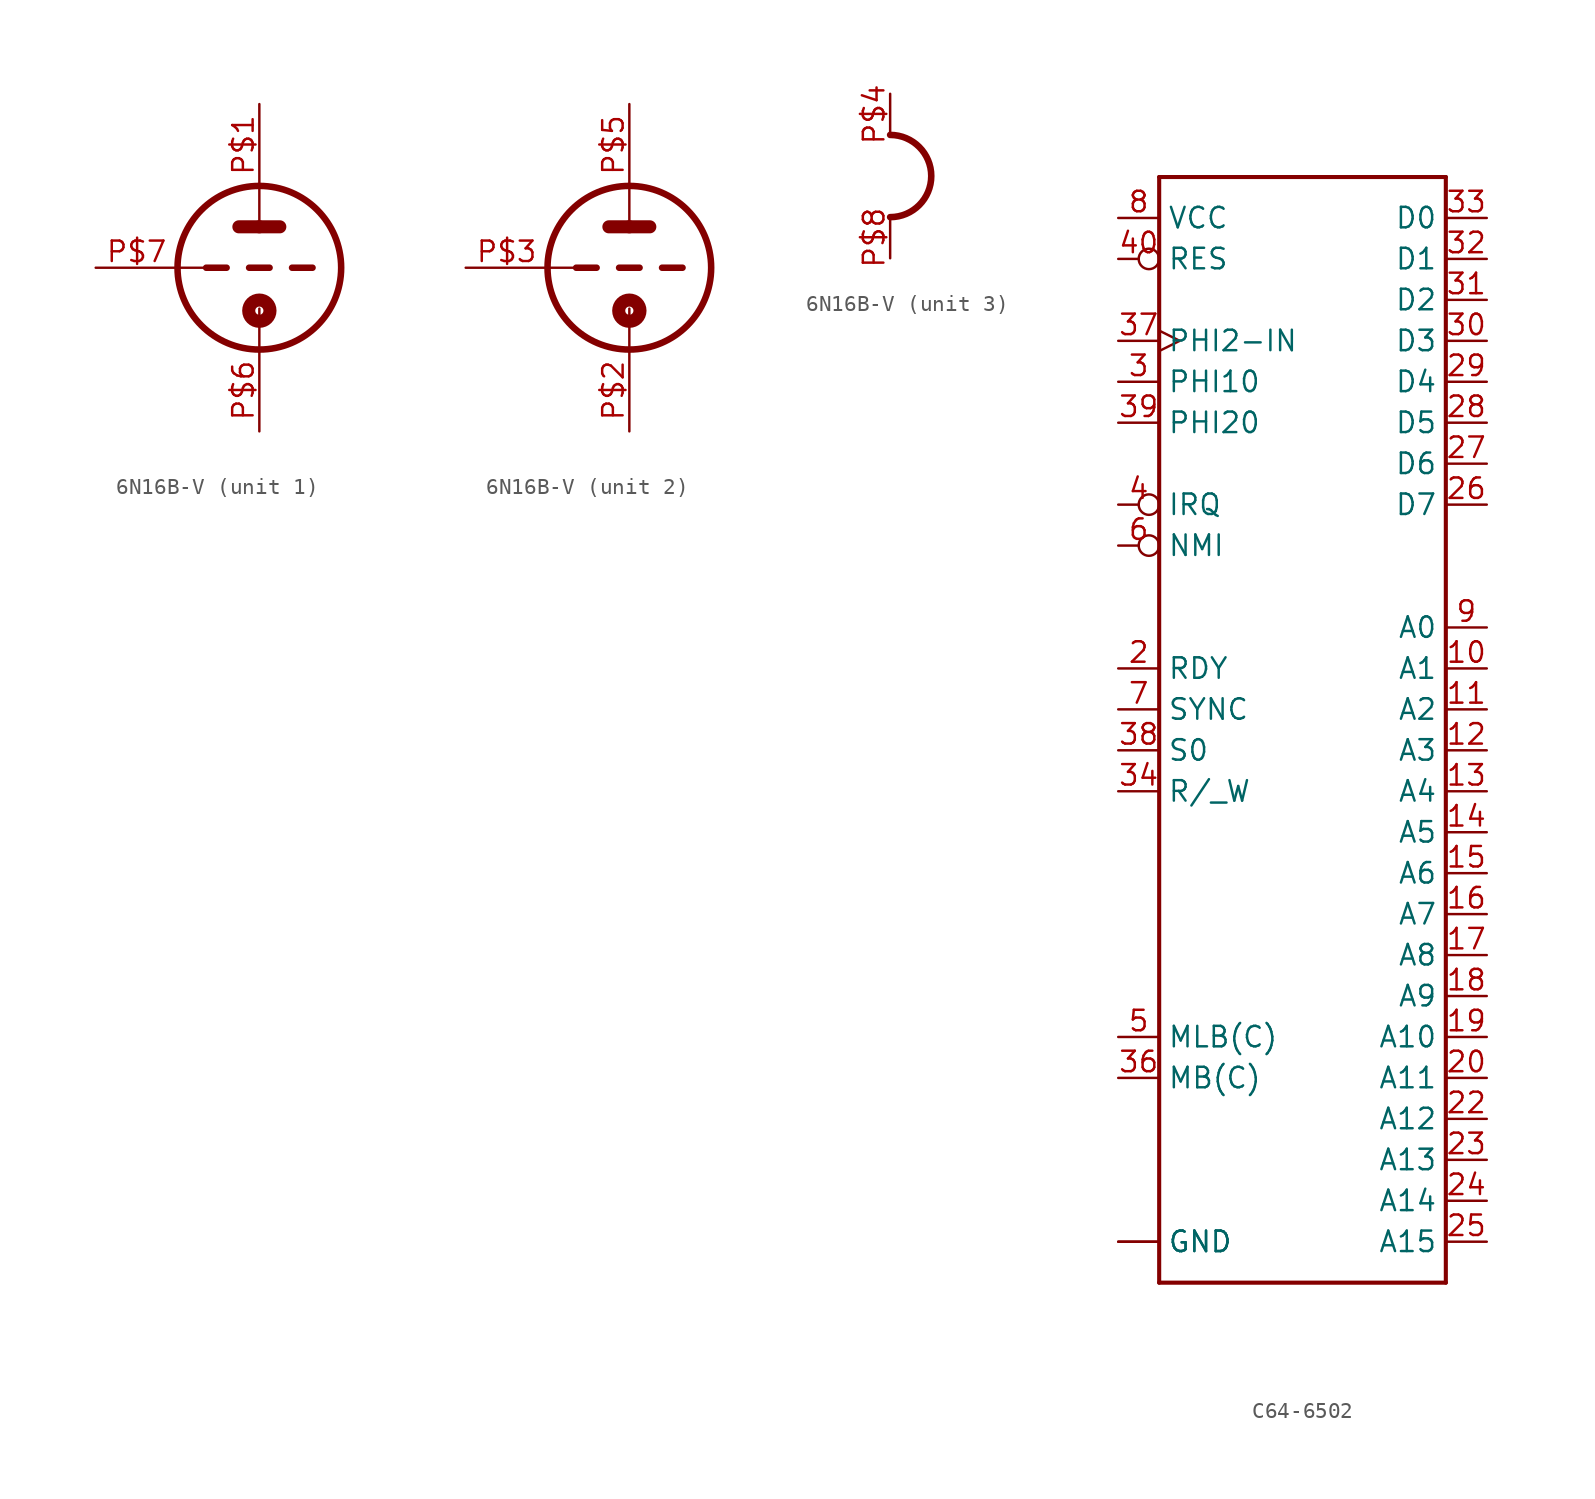
<source format=kicad_sym>
(kicad_symbol_lib
  (version 20231120)
  (generator "kicad_symbol_editor")
  (generator_version "8.0")
  (symbol "6N16B-V"
    (property "Reference" ""
      (at 3.302 5.08 0)
      (effects (font (size 1.778 1.511)) (justify left bottom) (hide yes)))
    (property "Value" ""
      (at 3.302 2.54 0)
      (effects (font (size 1.778 1.511)) (justify left bottom)))
    (property "ki_locked" ""
      (at 0 0 0)
      (effects (font (size 1.27 1.27))))
    (symbol "6N16B-V_1_0"
      (circle (center 0 -2.667) (radius 0.254) (stroke (width 0.813) (type solid)) (fill (type none)))
      (polyline (pts (xy -5.08 0) (xy -3.302 0)) (stroke (width 0.152) (type solid)) (fill (type none)))
      (polyline (pts (xy -3.302 0) (xy -2.032 0)) (stroke (width 0.406) (type solid)) (fill (type none)))
      (polyline (pts (xy -1.27 2.54) (xy 0 2.54)) (stroke (width 0.813) (type solid)) (fill (type none)))
      (polyline (pts (xy -0.635 0) (xy 0.635 0)) (stroke (width 0.406) (type solid)) (fill (type none)))
      (polyline (pts (xy 0 -2.54) (xy 0 -5.08)) (stroke (width 0.152) (type solid)) (fill (type none)))
      (polyline (pts (xy 0 2.54) (xy 1.27 2.54)) (stroke (width 0.813) (type solid)) (fill (type none)))
      (polyline (pts (xy 0 5.08) (xy 0 2.54)) (stroke (width 0.152) (type solid)) (fill (type none)))
      (polyline (pts (xy 2.032 0) (xy 3.302 0)) (stroke (width 0.406) (type solid)) (fill (type none)))
      (circle (center 0 0) (radius 5.08) (stroke (width 0.406) (type solid)) (fill (type none)))
      (pin passive line (at 0 10.16 270) (length 5.08) (name "TA" (effects (font (size 0 0)))) (number "P$1" (effects (font (size 1.27 1.27)))))
      (pin passive line (at 0 -10.16 90) (length 5.08) (name "TK" (effects (font (size 0 0)))) (number "P$6" (effects (font (size 1.27 1.27)))))
      (pin passive line (at -10.16 0 0) (length 5.08) (name "TG" (effects (font (size 0 0)))) (number "P$7" (effects (font (size 1.27 1.27))))))
    (symbol "6N16B-V_2_0"
      (circle (center 0 -2.667) (radius 0.254) (stroke (width 0.813) (type solid)) (fill (type none)))
      (polyline (pts (xy -5.08 0) (xy -3.302 0)) (stroke (width 0.152) (type solid)) (fill (type none)))
      (polyline (pts (xy -3.302 0) (xy -2.032 0)) (stroke (width 0.406) (type solid)) (fill (type none)))
      (polyline (pts (xy -1.27 2.54) (xy 0 2.54)) (stroke (width 0.813) (type solid)) (fill (type none)))
      (polyline (pts (xy -0.635 0) (xy 0.635 0)) (stroke (width 0.406) (type solid)) (fill (type none)))
      (polyline (pts (xy 0 -2.54) (xy 0 -5.08)) (stroke (width 0.152) (type solid)) (fill (type none)))
      (polyline (pts (xy 0 2.54) (xy 1.27 2.54)) (stroke (width 0.813) (type solid)) (fill (type none)))
      (polyline (pts (xy 0 5.08) (xy 0 2.54)) (stroke (width 0.152) (type solid)) (fill (type none)))
      (polyline (pts (xy 2.032 0) (xy 3.302 0)) (stroke (width 0.406) (type solid)) (fill (type none)))
      (circle (center 0 0) (radius 5.08) (stroke (width 0.406) (type solid)) (fill (type none)))
      (pin passive line (at 0 -10.16 90) (length 5.08) (name "TK" (effects (font (size 0 0)))) (number "P$2" (effects (font (size 1.27 1.27)))))
      (pin passive line (at -10.16 0 0) (length 5.08) (name "TG" (effects (font (size 0 0)))) (number "P$3" (effects (font (size 1.27 1.27)))))
      (pin passive line (at 0 10.16 270) (length 5.08) (name "TA" (effects (font (size 0 0)))) (number "P$5" (effects (font (size 1.27 1.27))))))
    (symbol "6N16B-V_3_0"
      (arc (start 0 2.54) (mid 2.54 5.08) (end 0 7.62) (stroke (width 0.4064) (type solid)) (fill (type none)))
      (pin passive line (at 0 10.16 270) (length 2.54) (name "H1" (effects (font (size 0 0)))) (number "P$4" (effects (font (size 1.27 1.27)))))
      (pin passive line (at 0 0 90) (length 2.54) (name "H2" (effects (font (size 0 0)))) (number "P$8" (effects (font (size 1.27 1.27)))))))
  (symbol "C64-6502"
    (property "Reference" ""
      (at -2.54 19.05 0)
      (effects (font (size 2.184 1.857)) (justify left bottom) (hide yes)))
    (property "ki_locked" ""
      (at 0 0 0)
      (effects (font (size 1.27 1.27))))
    (symbol "C64-6502_1_0"
      (polyline (pts (xy -2.54 -50.8) (xy 15.24 -50.8)) (stroke (width 0.254) (type solid)) (fill (type none)))
      (polyline (pts (xy -2.54 17.78) (xy -2.54 -50.8)) (stroke (width 0.254) (type solid)) (fill (type none)))
      (polyline (pts (xy 15.24 -50.8) (xy 15.24 17.78)) (stroke (width 0.254) (type solid)) (fill (type none)))
      (polyline (pts (xy 15.24 17.78) (xy -2.54 17.78)) (stroke (width 0.254) (type solid)) (fill (type none)))
      (pin bidirectional line (at -5.08 -48.26 0) (length 2.54) (name "GND" (effects (font (size 1.27 1.27)))) (number "1" (effects (font (size 0 0)))))
      (pin bidirectional line (at 17.78 -12.7 180) (length 2.54) (name "A1" (effects (font (size 1.27 1.27)))) (number "10" (effects (font (size 1.27 1.27)))))
      (pin bidirectional line (at 17.78 -15.24 180) (length 2.54) (name "A2" (effects (font (size 1.27 1.27)))) (number "11" (effects (font (size 1.27 1.27)))))
      (pin bidirectional line (at 17.78 -17.78 180) (length 2.54) (name "A3" (effects (font (size 1.27 1.27)))) (number "12" (effects (font (size 1.27 1.27)))))
      (pin bidirectional line (at 17.78 -20.32 180) (length 2.54) (name "A4" (effects (font (size 1.27 1.27)))) (number "13" (effects (font (size 1.27 1.27)))))
      (pin bidirectional line (at 17.78 -22.86 180) (length 2.54) (name "A5" (effects (font (size 1.27 1.27)))) (number "14" (effects (font (size 1.27 1.27)))))
      (pin bidirectional line (at 17.78 -25.4 180) (length 2.54) (name "A6" (effects (font (size 1.27 1.27)))) (number "15" (effects (font (size 1.27 1.27)))))
      (pin bidirectional line (at 17.78 -27.94 180) (length 2.54) (name "A7" (effects (font (size 1.27 1.27)))) (number "16" (effects (font (size 1.27 1.27)))))
      (pin bidirectional line (at 17.78 -30.48 180) (length 2.54) (name "A8" (effects (font (size 1.27 1.27)))) (number "17" (effects (font (size 1.27 1.27)))))
      (pin bidirectional line (at 17.78 -33.02 180) (length 2.54) (name "A9" (effects (font (size 1.27 1.27)))) (number "18" (effects (font (size 1.27 1.27)))))
      (pin bidirectional line (at 17.78 -35.56 180) (length 2.54) (name "A10" (effects (font (size 1.27 1.27)))) (number "19" (effects (font (size 1.27 1.27)))))
      (pin bidirectional line (at -5.08 -12.7 0) (length 2.54) (name "RDY" (effects (font (size 1.27 1.27)))) (number "2" (effects (font (size 1.27 1.27)))))
      (pin bidirectional line (at 17.78 -38.1 180) (length 2.54) (name "A11" (effects (font (size 1.27 1.27)))) (number "20" (effects (font (size 1.27 1.27)))))
      (pin bidirectional line (at -5.08 -48.26 0) (length 2.54) (name "GND" (effects (font (size 1.27 1.27)))) (number "21" (effects (font (size 0 0)))))
      (pin bidirectional line (at 17.78 -40.64 180) (length 2.54) (name "A12" (effects (font (size 1.27 1.27)))) (number "22" (effects (font (size 1.27 1.27)))))
      (pin bidirectional line (at 17.78 -43.18 180) (length 2.54) (name "A13" (effects (font (size 1.27 1.27)))) (number "23" (effects (font (size 1.27 1.27)))))
      (pin bidirectional line (at 17.78 -45.72 180) (length 2.54) (name "A14" (effects (font (size 1.27 1.27)))) (number "24" (effects (font (size 1.27 1.27)))))
      (pin bidirectional line (at 17.78 -48.26 180) (length 2.54) (name "A15" (effects (font (size 1.27 1.27)))) (number "25" (effects (font (size 1.27 1.27)))))
      (pin bidirectional line (at 17.78 -2.54 180) (length 2.54) (name "D7" (effects (font (size 1.27 1.27)))) (number "26" (effects (font (size 1.27 1.27)))))
      (pin bidirectional line (at 17.78 0 180) (length 2.54) (name "D6" (effects (font (size 1.27 1.27)))) (number "27" (effects (font (size 1.27 1.27)))))
      (pin bidirectional line (at 17.78 2.54 180) (length 2.54) (name "D5" (effects (font (size 1.27 1.27)))) (number "28" (effects (font (size 1.27 1.27)))))
      (pin bidirectional line (at 17.78 5.08 180) (length 2.54) (name "D4" (effects (font (size 1.27 1.27)))) (number "29" (effects (font (size 1.27 1.27)))))
      (pin bidirectional line (at -5.08 5.08 0) (length 2.54) (name "PHI10" (effects (font (size 1.27 1.27)))) (number "3" (effects (font (size 1.27 1.27)))))
      (pin bidirectional line (at 17.78 7.62 180) (length 2.54) (name "D3" (effects (font (size 1.27 1.27)))) (number "30" (effects (font (size 1.27 1.27)))))
      (pin bidirectional line (at 17.78 10.16 180) (length 2.54) (name "D2" (effects (font (size 1.27 1.27)))) (number "31" (effects (font (size 1.27 1.27)))))
      (pin bidirectional line (at 17.78 12.7 180) (length 2.54) (name "D1" (effects (font (size 1.27 1.27)))) (number "32" (effects (font (size 1.27 1.27)))))
      (pin bidirectional line (at 17.78 15.24 180) (length 2.54) (name "D0" (effects (font (size 1.27 1.27)))) (number "33" (effects (font (size 1.27 1.27)))))
      (pin bidirectional line (at -5.08 -20.32 0) (length 2.54) (name "R/_W" (effects (font (size 1.27 1.27)))) (number "34" (effects (font (size 1.27 1.27)))))
      (pin bidirectional line (at -5.08 -38.1 0) (length 2.54) (name "MB(C)" (effects (font (size 1.27 1.27)))) (number "36" (effects (font (size 1.27 1.27)))))
      (pin bidirectional clock (at -5.08 7.62 0) (length 2.54) (name "PHI2-IN" (effects (font (size 1.27 1.27)))) (number "37" (effects (font (size 1.27 1.27)))))
      (pin bidirectional line (at -5.08 -17.78 0) (length 2.54) (name "S0" (effects (font (size 1.27 1.27)))) (number "38" (effects (font (size 1.27 1.27)))))
      (pin bidirectional line (at -5.08 2.54 0) (length 2.54) (name "PHI20" (effects (font (size 1.27 1.27)))) (number "39" (effects (font (size 1.27 1.27)))))
      (pin bidirectional inverted (at -5.08 -2.54 0) (length 2.54) (name "IRQ" (effects (font (size 1.27 1.27)))) (number "4" (effects (font (size 1.27 1.27)))))
      (pin input inverted (at -5.08 12.7 0) (length 2.54) (name "RES" (effects (font (size 1.27 1.27)))) (number "40" (effects (font (size 1.27 1.27)))))
      (pin bidirectional line (at -5.08 -35.56 0) (length 2.54) (name "MLB(C)" (effects (font (size 1.27 1.27)))) (number "5" (effects (font (size 1.27 1.27)))))
      (pin bidirectional inverted (at -5.08 -5.08 0) (length 2.54) (name "NMI" (effects (font (size 1.27 1.27)))) (number "6" (effects (font (size 1.27 1.27)))))
      (pin bidirectional line (at -5.08 -15.24 0) (length 2.54) (name "SYNC" (effects (font (size 1.27 1.27)))) (number "7" (effects (font (size 1.27 1.27)))))
      (pin bidirectional line (at -5.08 15.24 0) (length 2.54) (name "VCC" (effects (font (size 1.27 1.27)))) (number "8" (effects (font (size 1.27 1.27)))))
      (pin bidirectional line (at 17.78 -10.16 180) (length 2.54) (name "A0" (effects (font (size 1.27 1.27)))) (number "9" (effects (font (size 1.27 1.27))))))))
</source>
